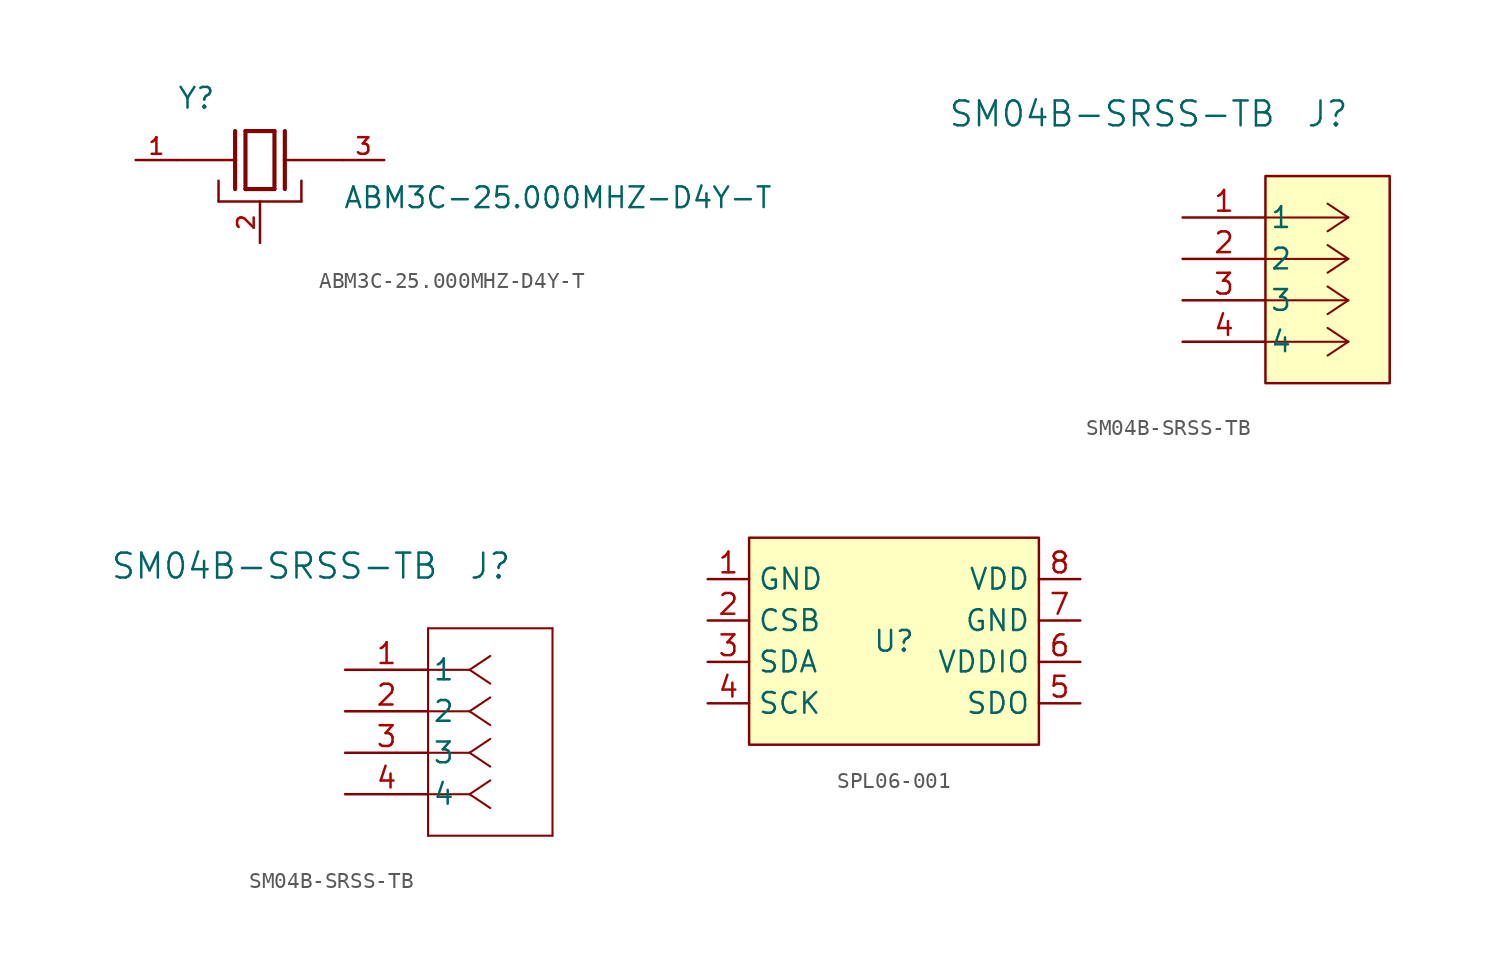
<source format=kicad_sym>
(kicad_symbol_lib
  (version 20241209)
  (generator "kicad_symbol_editor")
  (generator_version "9.0")
  (symbol "ABM3C-25.000MHZ-D4Y-T"
    (pin_names
      (offset 1.016))
    (property "Reference" "Y"
      (at -5.087 3.052 0)
      (effects (font (size 1.27 1.27)) (justify left bottom)))
    (property "Value" "ABM3C-25.000MHZ-D4Y-T"
      (at 5.08 -3.048 0)
      (effects (font (size 1.27 1.27)) (justify left bottom)))
    (symbol "ABM3C-25.000MHZ-D4Y-T_0_0"
      (polyline (pts (xy -5.08 0) (xy -1.524 0)) (stroke (width 0.152) (type default)) (fill (type none)))
      (polyline (pts (xy -2.54 -1.27) (xy -2.54 -2.54)) (stroke (width 0.152) (type default)) (fill (type none)))
      (polyline (pts (xy -2.54 -2.54) (xy 2.54 -2.54)) (stroke (width 0.152) (type default)) (fill (type none)))
      (polyline (pts (xy -1.524 1.778) (xy -1.524 0)) (stroke (width 0.254) (type default)) (fill (type none)))
      (polyline (pts (xy -1.524 0) (xy -1.524 -1.778)) (stroke (width 0.254) (type default)) (fill (type none)))
      (polyline (pts (xy -0.889 1.778) (xy -0.889 -1.778)) (stroke (width 0.254) (type default)) (fill (type none)))
      (polyline (pts (xy -0.889 -1.778) (xy 0.889 -1.778)) (stroke (width 0.254) (type default)) (fill (type none)))
      (polyline (pts (xy 0.889 1.778) (xy -0.889 1.778)) (stroke (width 0.254) (type default)) (fill (type none)))
      (polyline (pts (xy 0.889 -1.778) (xy 0.889 1.778)) (stroke (width 0.254) (type default)) (fill (type none)))
      (polyline (pts (xy 1.524 1.778) (xy 1.524 0)) (stroke (width 0.254) (type default)) (fill (type none)))
      (polyline (pts (xy 1.524 0) (xy 1.524 -1.778)) (stroke (width 0.254) (type default)) (fill (type none)))
      (polyline (pts (xy 1.524 0) (xy 5.08 0)) (stroke (width 0.152) (type default)) (fill (type none)))
      (polyline (pts (xy 2.54 -2.54) (xy 2.54 -1.27)) (stroke (width 0.152) (type default)) (fill (type none)))
      (pin passive line (at -7.62 0 0) (length 2.54) (name "~" (effects (font (size 1.016 1.016)))) (number "1" (effects (font (size 1.016 1.016)))))
      (pin power_in line (at 0 -5.08 90) (length 2.54) (name "~" (effects (font (size 1.016 1.016)))) (number "2" (effects (font (size 1.016 1.016)))))
      (pin power_in line (at 0 -5.08 90) (length 2.54) (hide yes) (name "~" (effects (font (size 1.016 1.016)))) (number "4" (effects (font (size 1.016 1.016)))))
      (pin passive line (at 7.62 0 180) (length 2.54) (name "~" (effects (font (size 1.016 1.016)))) (number "3" (effects (font (size 1.016 1.016)))))))
  (symbol "SM04B-SRSS-TB"
    (pin_names
      (offset 0.254))
    (property "Reference" "J"
      (at 8.89 6.35 0)
      (effects (font (size 1.524 1.524))))
    (property "Value" "SM04B-SRSS-TB"
      (at -4.318 6.35 0)
      (effects (font (size 1.524 1.524))))
    (symbol "SM04B-SRSS-TB_1_1"
      (rectangle (start 5.08 2.54) (end 12.7 -10.16) (stroke (width 0) (type solid)) (fill (type background)))
      (polyline (pts (xy 10.16 0) (xy 5.08 0)) (stroke (width 0.127) (type default)) (fill (type none)))
      (polyline (pts (xy 10.16 0) (xy 8.89 0.847)) (stroke (width 0.127) (type default)) (fill (type none)))
      (polyline (pts (xy 10.16 0) (xy 8.89 -0.847)) (stroke (width 0.127) (type default)) (fill (type none)))
      (polyline (pts (xy 10.16 -2.54) (xy 5.08 -2.54)) (stroke (width 0.127) (type default)) (fill (type none)))
      (polyline (pts (xy 10.16 -2.54) (xy 8.89 -1.693)) (stroke (width 0.127) (type default)) (fill (type none)))
      (polyline (pts (xy 10.16 -2.54) (xy 8.89 -3.387)) (stroke (width 0.127) (type default)) (fill (type none)))
      (polyline (pts (xy 10.16 -5.08) (xy 5.08 -5.08)) (stroke (width 0.127) (type default)) (fill (type none)))
      (polyline (pts (xy 10.16 -5.08) (xy 8.89 -4.233)) (stroke (width 0.127) (type default)) (fill (type none)))
      (polyline (pts (xy 10.16 -5.08) (xy 8.89 -5.927)) (stroke (width 0.127) (type default)) (fill (type none)))
      (polyline (pts (xy 10.16 -7.62) (xy 5.08 -7.62)) (stroke (width 0.127) (type default)) (fill (type none)))
      (polyline (pts (xy 10.16 -7.62) (xy 8.89 -6.773)) (stroke (width 0.127) (type default)) (fill (type none)))
      (polyline (pts (xy 10.16 -7.62) (xy 8.89 -8.467)) (stroke (width 0.127) (type default)) (fill (type none)))
      (pin unspecified line (at 0 0 0) (length 5.08) (name "1" (effects (font (size 1.27 1.27)))) (number "1" (effects (font (size 1.27 1.27)))))
      (pin unspecified line (at 0 -2.54 0) (length 5.08) (name "2" (effects (font (size 1.27 1.27)))) (number "2" (effects (font (size 1.27 1.27)))))
      (pin unspecified line (at 0 -5.08 0) (length 5.08) (name "3" (effects (font (size 1.27 1.27)))) (number "3" (effects (font (size 1.27 1.27)))))
      (pin unspecified line (at 0 -7.62 0) (length 5.08) (name "4" (effects (font (size 1.27 1.27)))) (number "4" (effects (font (size 1.27 1.27))))))
    (symbol "SM04B-SRSS-TB_1_2"
      (polyline (pts (xy 5.08 2.54) (xy 5.08 -10.16)) (stroke (width 0.127) (type default)) (fill (type none)))
      (polyline (pts (xy 5.08 -10.16) (xy 12.7 -10.16)) (stroke (width 0.127) (type default)) (fill (type none)))
      (polyline (pts (xy 7.62 0) (xy 5.08 0)) (stroke (width 0.127) (type default)) (fill (type none)))
      (polyline (pts (xy 7.62 0) (xy 8.89 0.847)) (stroke (width 0.127) (type default)) (fill (type none)))
      (polyline (pts (xy 7.62 0) (xy 8.89 -0.847)) (stroke (width 0.127) (type default)) (fill (type none)))
      (polyline (pts (xy 7.62 -2.54) (xy 5.08 -2.54)) (stroke (width 0.127) (type default)) (fill (type none)))
      (polyline (pts (xy 7.62 -2.54) (xy 8.89 -1.693)) (stroke (width 0.127) (type default)) (fill (type none)))
      (polyline (pts (xy 7.62 -2.54) (xy 8.89 -3.387)) (stroke (width 0.127) (type default)) (fill (type none)))
      (polyline (pts (xy 7.62 -5.08) (xy 5.08 -5.08)) (stroke (width 0.127) (type default)) (fill (type none)))
      (polyline (pts (xy 7.62 -5.08) (xy 8.89 -4.233)) (stroke (width 0.127) (type default)) (fill (type none)))
      (polyline (pts (xy 7.62 -5.08) (xy 8.89 -5.927)) (stroke (width 0.127) (type default)) (fill (type none)))
      (polyline (pts (xy 7.62 -7.62) (xy 5.08 -7.62)) (stroke (width 0.127) (type default)) (fill (type none)))
      (polyline (pts (xy 7.62 -7.62) (xy 8.89 -6.773)) (stroke (width 0.127) (type default)) (fill (type none)))
      (polyline (pts (xy 7.62 -7.62) (xy 8.89 -8.467)) (stroke (width 0.127) (type default)) (fill (type none)))
      (polyline (pts (xy 12.7 2.54) (xy 5.08 2.54)) (stroke (width 0.127) (type default)) (fill (type none)))
      (polyline (pts (xy 12.7 -10.16) (xy 12.7 2.54)) (stroke (width 0.127) (type default)) (fill (type none)))
      (pin unspecified line (at 0 0 0) (length 5.08) (name "1" (effects (font (size 1.27 1.27)))) (number "1" (effects (font (size 1.27 1.27)))))
      (pin unspecified line (at 0 -2.54 0) (length 5.08) (name "2" (effects (font (size 1.27 1.27)))) (number "2" (effects (font (size 1.27 1.27)))))
      (pin unspecified line (at 0 -5.08 0) (length 5.08) (name "3" (effects (font (size 1.27 1.27)))) (number "3" (effects (font (size 1.27 1.27)))))
      (pin unspecified line (at 0 -7.62 0) (length 5.08) (name "4" (effects (font (size 1.27 1.27)))) (number "4" (effects (font (size 1.27 1.27)))))))
  (symbol "SPL06-001"
    (property "Reference" "U"
      (at 0 0 0)
      (effects (font (size 1.27 1.27))))
    (property "Value" ""
      (at 0 0 0)
      (effects (font (size 1.27 1.27))))
    (symbol "SPL06-001_1_0"
      (rectangle (start -8.89 6.35) (end 8.89 -6.35) (stroke (width 0) (type solid)) (fill (type background)))
      (pin unspecified line (at -11.43 3.81 0) (length 2.54) (name "GND" (effects (font (size 1.27 1.27)))) (number "1" (effects (font (size 1.27 1.27)))))
      (pin unspecified line (at -11.43 1.27 0) (length 2.54) (name "CSB" (effects (font (size 1.27 1.27)))) (number "2" (effects (font (size 1.27 1.27)))))
      (pin unspecified line (at -11.43 -1.27 0) (length 2.54) (name "SDA" (effects (font (size 1.27 1.27)))) (number "3" (effects (font (size 1.27 1.27)))))
      (pin unspecified line (at -11.43 -3.81 0) (length 2.54) (name "SCK" (effects (font (size 1.27 1.27)))) (number "4" (effects (font (size 1.27 1.27)))))
      (pin unspecified line (at 11.43 3.81 180) (length 2.54) (name "VDD" (effects (font (size 1.27 1.27)))) (number "8" (effects (font (size 1.27 1.27)))))
      (pin unspecified line (at 11.43 1.27 180) (length 2.54) (name "GND" (effects (font (size 1.27 1.27)))) (number "7" (effects (font (size 1.27 1.27)))))
      (pin unspecified line (at 11.43 -1.27 180) (length 2.54) (name "VDDIO" (effects (font (size 1.27 1.27)))) (number "6" (effects (font (size 1.27 1.27)))))
      (pin unspecified line (at 11.43 -3.81 180) (length 2.54) (name "SDO" (effects (font (size 1.27 1.27)))) (number "5" (effects (font (size 1.27 1.27))))))))
</source>
